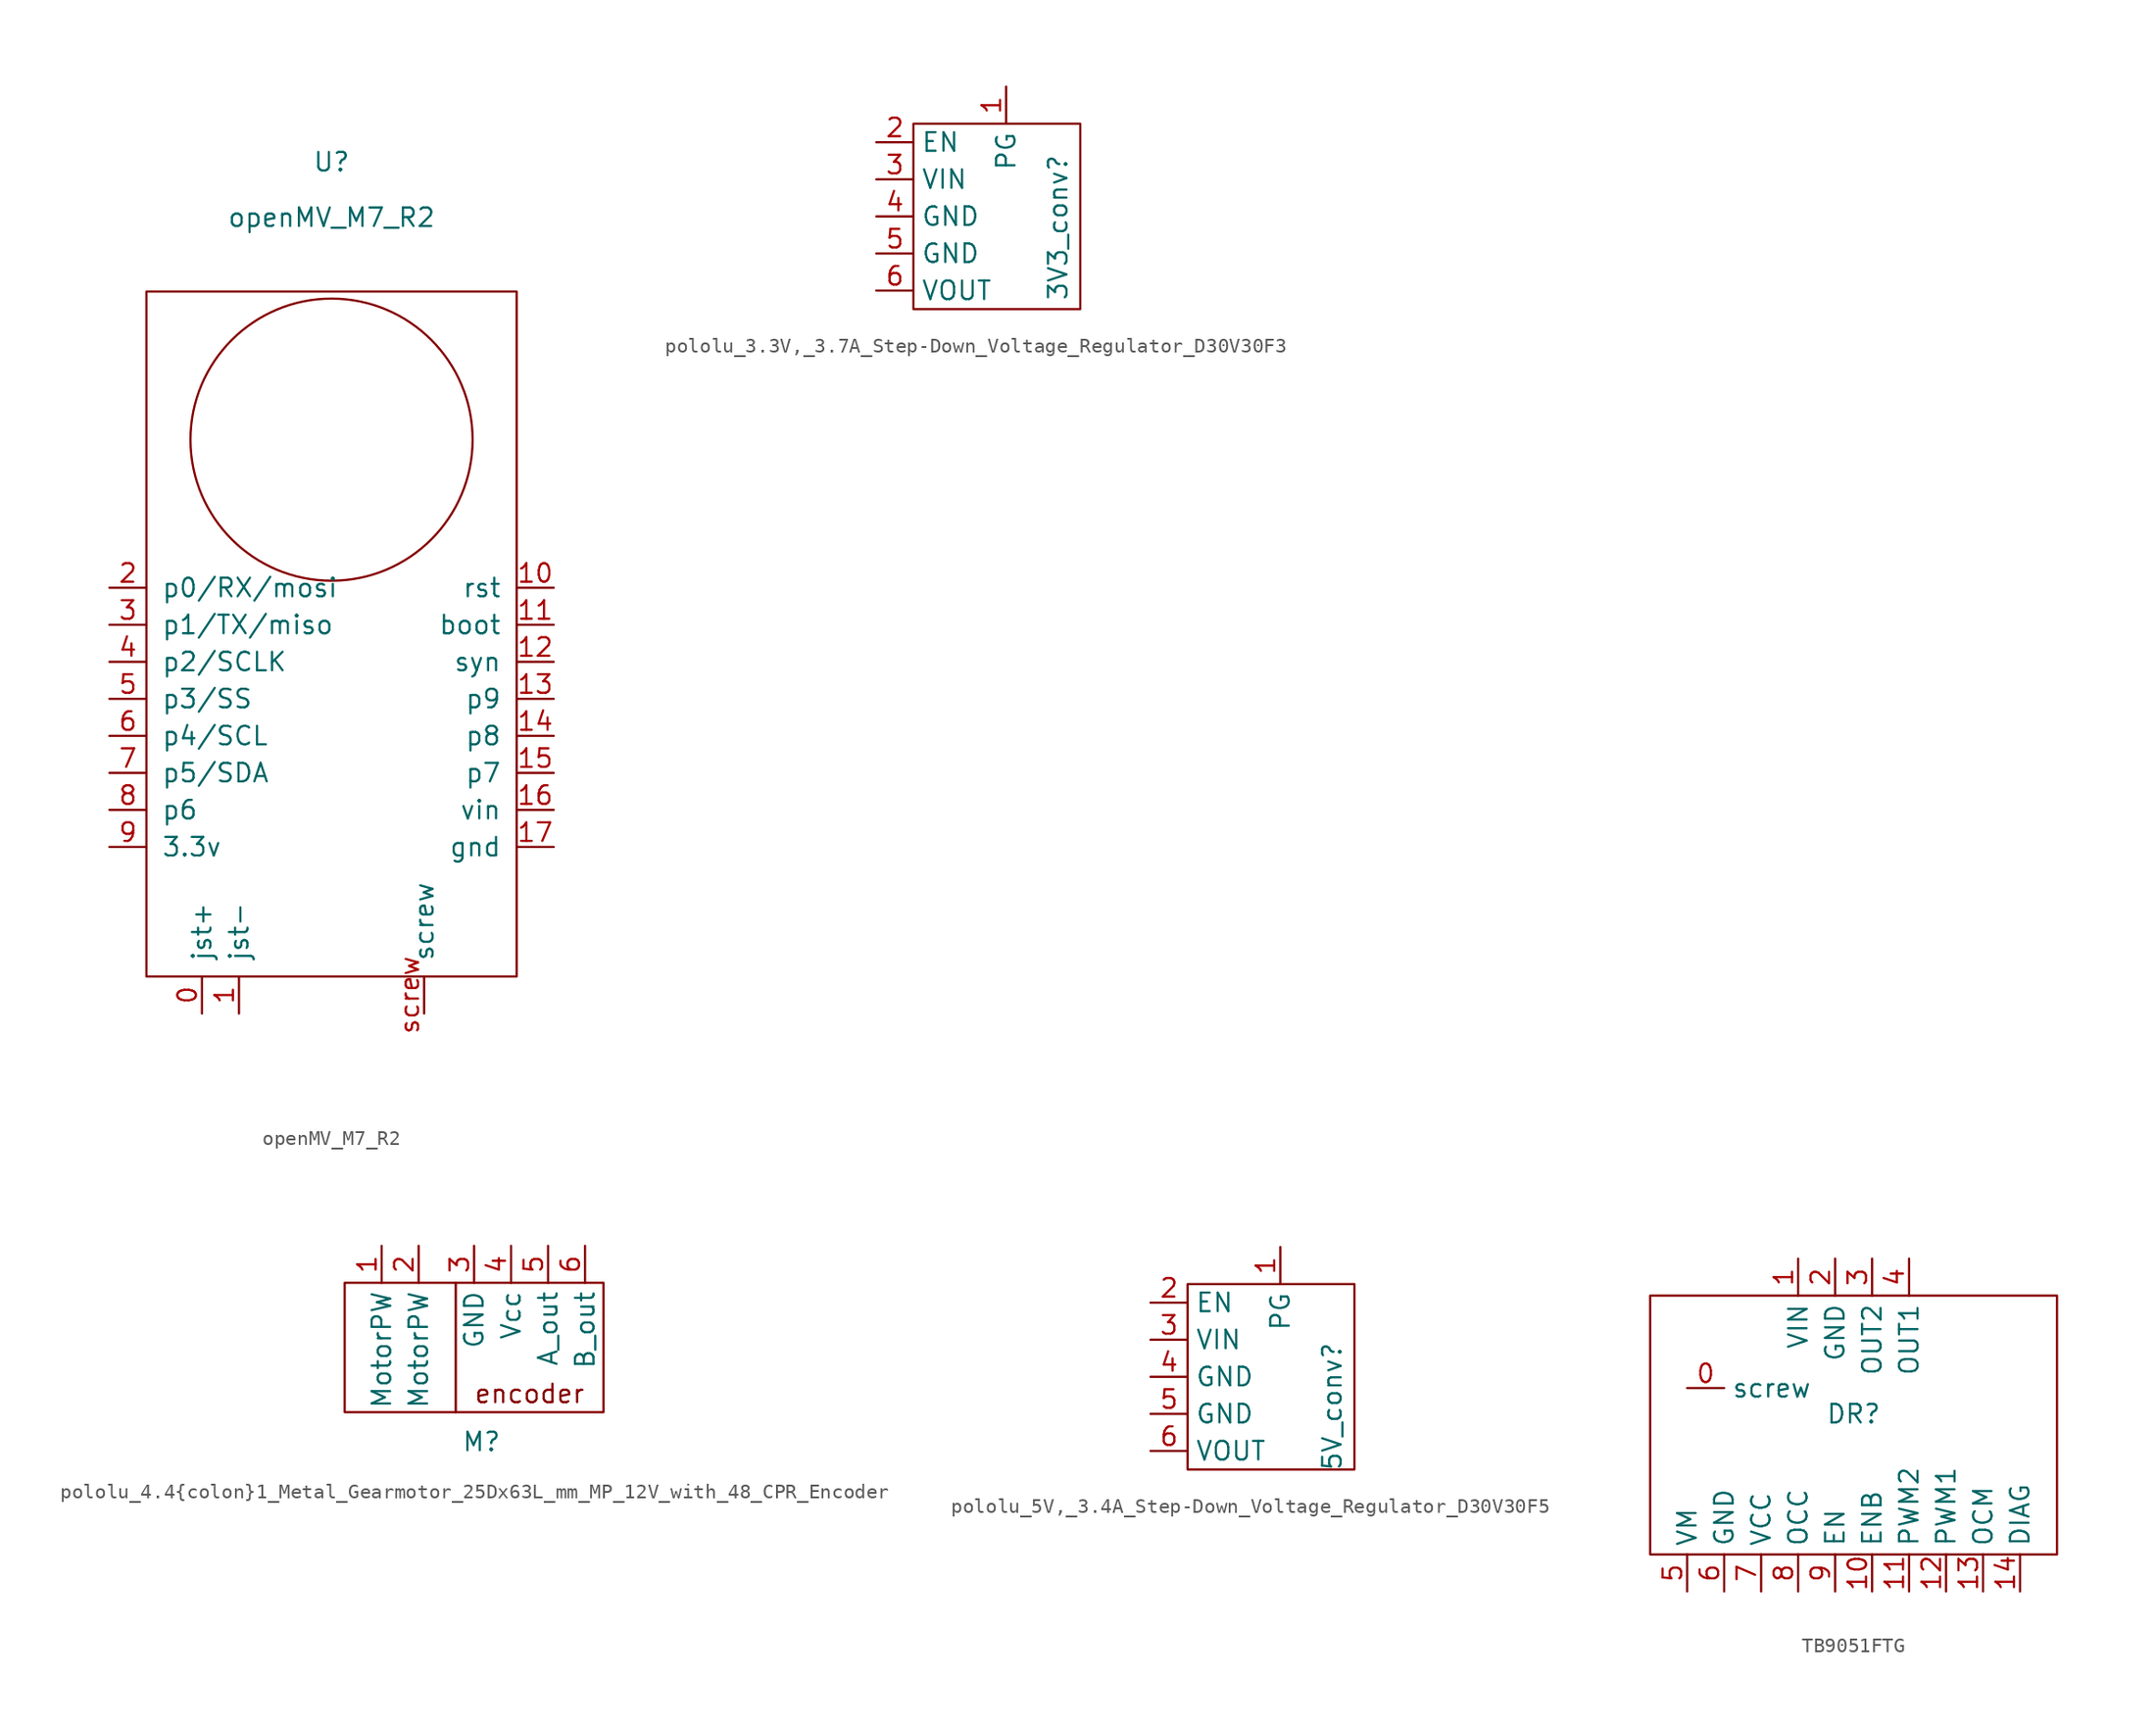
<source format=kicad_sym>
(kicad_symbol_lib
  (version 20231120)
  (generator "kicad_symbol_editor")
  (generator_version "8.0")
  (symbol "openMV_M7_R2"
    (pin_names
      (offset 1.016))
    (property "Reference" "U"
      (at 0 34.29 0)
      (effects (font (size 1.27 1.27))))
    (property "Value" "openMV_M7_R2"
      (at 0 30.48 0)
      (effects (font (size 1.27 1.27))))
    (symbol "openMV_M7_R2_0_1"
      (rectangle (start -12.7 25.4) (end 12.7 -21.59) (stroke (width 0) (type solid)) (fill (type none)))
      (circle (center 0 15.24) (radius 9.677) (stroke (width 0) (type solid)) (fill (type none))))
    (symbol "openMV_M7_R2_1_1"
      (pin power_in line (at -8.89 -24.13 90) (length 2.54) (name "jst+" (effects (font (size 1.27 1.27)))) (number "0" (effects (font (size 1.27 1.27)))))
      (pin power_in line (at -6.35 -24.13 90) (length 2.54) (name "jst-" (effects (font (size 1.27 1.27)))) (number "1" (effects (font (size 1.27 1.27)))))
      (pin input line (at 15.24 5.08 180) (length 2.54) (name "rst" (effects (font (size 1.27 1.27)))) (number "10" (effects (font (size 1.27 1.27)))))
      (pin bidirectional line (at 15.24 2.54 180) (length 2.54) (name "boot" (effects (font (size 1.27 1.27)))) (number "11" (effects (font (size 1.27 1.27)))))
      (pin bidirectional line (at 15.24 0 180) (length 2.54) (name "syn" (effects (font (size 1.27 1.27)))) (number "12" (effects (font (size 1.27 1.27)))))
      (pin bidirectional line (at 15.24 -2.54 180) (length 2.54) (name "p9" (effects (font (size 1.27 1.27)))) (number "13" (effects (font (size 1.27 1.27)))))
      (pin bidirectional line (at 15.24 -5.08 180) (length 2.54) (name "p8" (effects (font (size 1.27 1.27)))) (number "14" (effects (font (size 1.27 1.27)))))
      (pin bidirectional line (at 15.24 -7.62 180) (length 2.54) (name "p7" (effects (font (size 1.27 1.27)))) (number "15" (effects (font (size 1.27 1.27)))))
      (pin bidirectional line (at 15.24 -10.16 180) (length 2.54) (name "vin" (effects (font (size 1.27 1.27)))) (number "16" (effects (font (size 1.27 1.27)))))
      (pin bidirectional line (at 15.24 -12.7 180) (length 2.54) (name "gnd" (effects (font (size 1.27 1.27)))) (number "17" (effects (font (size 1.27 1.27)))))
      (pin bidirectional line (at -15.24 5.08 0) (length 2.54) (name "p0/RX/mosi" (effects (font (size 1.27 1.27)))) (number "2" (effects (font (size 1.27 1.27)))))
      (pin bidirectional line (at -15.24 2.54 0) (length 2.54) (name "p1/TX/miso" (effects (font (size 1.27 1.27)))) (number "3" (effects (font (size 1.27 1.27)))))
      (pin bidirectional line (at -15.24 0 0) (length 2.54) (name "p2/SCLK" (effects (font (size 1.27 1.27)))) (number "4" (effects (font (size 1.27 1.27)))))
      (pin bidirectional line (at -15.24 -2.54 0) (length 2.54) (name "p3/SS" (effects (font (size 1.27 1.27)))) (number "5" (effects (font (size 1.27 1.27)))))
      (pin bidirectional line (at -15.24 -5.08 0) (length 2.54) (name "p4/SCL" (effects (font (size 1.27 1.27)))) (number "6" (effects (font (size 1.27 1.27)))))
      (pin bidirectional line (at -15.24 -7.62 0) (length 2.54) (name "p5/SDA" (effects (font (size 1.27 1.27)))) (number "7" (effects (font (size 1.27 1.27)))))
      (pin bidirectional line (at -15.24 -10.16 0) (length 2.54) (name "p6" (effects (font (size 1.27 1.27)))) (number "8" (effects (font (size 1.27 1.27)))))
      (pin power_in line (at -15.24 -12.7 0) (length 2.54) (name "3.3v" (effects (font (size 1.27 1.27)))) (number "9" (effects (font (size 1.27 1.27)))))
      (pin passive line (at 6.35 -24.13 90) (length 2.54) (name "screw" (effects (font (size 1.27 1.27)))) (number "screw" (effects (font (size 1.27 1.27)))))))
  (symbol "pololu_3.3V,_3.7A_Step-Down_Voltage_Regulator_D30V30F3"
    (property "Reference" "3V3_conv"
      (at 8.636 -8.382 90)
      (effects (font (size 1.27 1.27))))
    (property "Value" ""
      (at 0 0 0)
      (effects (font (size 1.27 1.27))))
    (symbol "pololu_3.3V,_3.7A_Step-Down_Voltage_Regulator_D30V30F3_0_1"
      (rectangle (start -1.27 -1.27) (end 10.16 -13.97) (stroke (width 0) (type default)) (fill (type none))))
    (symbol "pololu_3.3V,_3.7A_Step-Down_Voltage_Regulator_D30V30F3_1_1"
      (pin output line (at 5.08 1.27 270) (length 2.54) (name "PG" (effects (font (size 1.27 1.27)))) (number "1" (effects (font (size 1.27 1.27)))))
      (pin input line (at -3.81 -2.54 0) (length 2.54) (name "EN" (effects (font (size 1.27 1.27)))) (number "2" (effects (font (size 1.27 1.27)))))
      (pin power_in line (at -3.81 -5.08 0) (length 2.54) (name "VIN" (effects (font (size 1.27 1.27)))) (number "3" (effects (font (size 1.27 1.27)))))
      (pin power_in line (at -3.81 -7.62 0) (length 2.54) (name "GND" (effects (font (size 1.27 1.27)))) (number "4" (effects (font (size 1.27 1.27)))))
      (pin power_in line (at -3.81 -10.16 0) (length 2.54) (name "GND" (effects (font (size 1.27 1.27)))) (number "5" (effects (font (size 1.27 1.27)))))
      (pin power_in line (at -3.81 -12.7 0) (length 2.54) (name "VOUT" (effects (font (size 1.27 1.27)))) (number "6" (effects (font (size 1.27 1.27)))))))
  (symbol "pololu_4.4{colon}1_Metal_Gearmotor_25Dx63L_mm_MP_12V_with_48_CPR_Encoder"
    (property "Reference" "M"
      (at 0.508 -5.842 0)
      (effects (font (size 1.27 1.27))))
    (property "Value" ""
      (at 0 0 0)
      (effects (font (size 1.27 1.27))))
    (symbol "pololu_4.4{colon}1_Metal_Gearmotor_25Dx63L_mm_MP_12V_with_48_CPR_Encoder_0_1"
      (rectangle (start -1.27 -3.81) (end -8.89 5.08) (stroke (width 0) (type default)) (fill (type none)))
      (rectangle (start -1.27 -3.81) (end 8.89 5.08) (stroke (width 0) (type default)) (fill (type none))))
    (symbol "pololu_4.4{colon}1_Metal_Gearmotor_25Dx63L_mm_MP_12V_with_48_CPR_Encoder_1_1"
      (text "encoder\n" (at 3.81 -2.54 0) (effects (font (size 1.27 1.27))))
      (pin power_in line (at -6.35 7.62 270) (length 2.54) (name "MotorPW" (effects (font (size 1.27 1.27)))) (number "1" (effects (font (size 1.27 1.27)))))
      (pin power_in line (at -3.81 7.62 270) (length 2.54) (name "MotorPW" (effects (font (size 1.27 1.27)))) (number "2" (effects (font (size 1.27 1.27)))))
      (pin power_in line (at 0 7.62 270) (length 2.54) (name "GND" (effects (font (size 1.27 1.27)))) (number "3" (effects (font (size 1.27 1.27)))))
      (pin power_in line (at 2.54 7.62 270) (length 2.54) (name "Vcc" (effects (font (size 1.27 1.27)))) (number "4" (effects (font (size 1.27 1.27)))))
      (pin output line (at 5.08 7.62 270) (length 2.54) (name "A_out" (effects (font (size 1.27 1.27)))) (number "5" (effects (font (size 1.27 1.27)))))
      (pin output line (at 7.62 7.62 270) (length 2.54) (name "B_out" (effects (font (size 1.27 1.27)))) (number "6" (effects (font (size 1.27 1.27)))))))
  (symbol "pololu_5V,_3.4A_Step-Down_Voltage_Regulator_D30V30F5"
    (property "Reference" "5V_conv"
      (at 7.366 -21.082 90)
      (effects (font (size 1.27 1.27))))
    (property "Value" ""
      (at -1.27 -11.43 0)
      (effects (font (size 1.27 1.27))))
    (symbol "pololu_5V,_3.4A_Step-Down_Voltage_Regulator_D30V30F5_0_1"
      (rectangle (start -2.54 -12.7) (end 8.89 -25.4) (stroke (width 0) (type default)) (fill (type none))))
    (symbol "pololu_5V,_3.4A_Step-Down_Voltage_Regulator_D30V30F5_1_1"
      (pin output line (at 3.81 -10.16 270) (length 2.54) (name "PG" (effects (font (size 1.27 1.27)))) (number "1" (effects (font (size 1.27 1.27)))))
      (pin input line (at -5.08 -13.97 0) (length 2.54) (name "EN" (effects (font (size 1.27 1.27)))) (number "2" (effects (font (size 1.27 1.27)))))
      (pin power_in line (at -5.08 -16.51 0) (length 2.54) (name "VIN" (effects (font (size 1.27 1.27)))) (number "3" (effects (font (size 1.27 1.27)))))
      (pin power_in line (at -5.08 -19.05 0) (length 2.54) (name "GND" (effects (font (size 1.27 1.27)))) (number "4" (effects (font (size 1.27 1.27)))))
      (pin power_in line (at -5.08 -21.59 0) (length 2.54) (name "GND" (effects (font (size 1.27 1.27)))) (number "5" (effects (font (size 1.27 1.27)))))
      (pin power_in line (at -5.08 -24.13 0) (length 2.54) (name "VOUT" (effects (font (size 1.27 1.27)))) (number "6" (effects (font (size 1.27 1.27)))))))
  (symbol "TB9051FTG"
    (property "Reference" "DR"
      (at 0 -1.778 0)
      (effects (font (size 1.27 1.27))))
    (property "Value" ""
      (at 0 0 0)
      (effects (font (size 1.27 1.27))))
    (symbol "TB9051FTG_0_1"
      (rectangle (start -13.97 -11.43) (end 13.97 6.35) (stroke (width 0) (type default)) (fill (type none))))
    (symbol "TB9051FTG_1_1"
      (pin input line (at -11.43 0 0) (length 2.54) (name "screw" (effects (font (size 1.27 1.27)))) (number "0" (effects (font (size 1.27 1.27)))))
      (pin power_in line (at -3.81 8.89 270) (length 2.54) (name "VIN" (effects (font (size 1.27 1.27)))) (number "1" (effects (font (size 1.27 1.27)))))
      (pin input line (at 1.27 -13.97 90) (length 2.54) (name "ENB" (effects (font (size 1.27 1.27)))) (number "10" (effects (font (size 1.27 1.27)))))
      (pin input line (at 3.81 -13.97 90) (length 2.54) (name "PWM2" (effects (font (size 1.27 1.27)))) (number "11" (effects (font (size 1.27 1.27)))))
      (pin input line (at 6.35 -13.97 90) (length 2.54) (name "PWM1" (effects (font (size 1.27 1.27)))) (number "12" (effects (font (size 1.27 1.27)))))
      (pin output line (at 8.89 -13.97 90) (length 2.54) (name "OCM" (effects (font (size 1.27 1.27)))) (number "13" (effects (font (size 1.27 1.27)))))
      (pin output line (at 11.43 -13.97 90) (length 2.54) (name "DIAG" (effects (font (size 1.27 1.27)))) (number "14" (effects (font (size 1.27 1.27)))))
      (pin power_in line (at -1.27 8.89 270) (length 2.54) (name "GND" (effects (font (size 1.27 1.27)))) (number "2" (effects (font (size 1.27 1.27)))))
      (pin power_out line (at 1.27 8.89 270) (length 2.54) (name "OUT2" (effects (font (size 1.27 1.27)))) (number "3" (effects (font (size 1.27 1.27)))))
      (pin power_out line (at 3.81 8.89 270) (length 2.54) (name "OUT1" (effects (font (size 1.27 1.27)))) (number "4" (effects (font (size 1.27 1.27)))))
      (pin power_out line (at -11.43 -13.97 90) (length 2.54) (name "VM" (effects (font (size 1.27 1.27)))) (number "5" (effects (font (size 1.27 1.27)))))
      (pin power_in line (at -8.89 -13.97 90) (length 2.54) (name "GND" (effects (font (size 1.27 1.27)))) (number "6" (effects (font (size 1.27 1.27)))))
      (pin power_in line (at -6.35 -13.97 90) (length 2.54) (name "VCC" (effects (font (size 1.27 1.27)))) (number "7" (effects (font (size 1.27 1.27)))))
      (pin input line (at -3.81 -13.97 90) (length 2.54) (name "OCC" (effects (font (size 1.27 1.27)))) (number "8" (effects (font (size 1.27 1.27)))))
      (pin input line (at -1.27 -13.97 90) (length 2.54) (name "EN" (effects (font (size 1.27 1.27)))) (number "9" (effects (font (size 1.27 1.27))))))))
</source>
